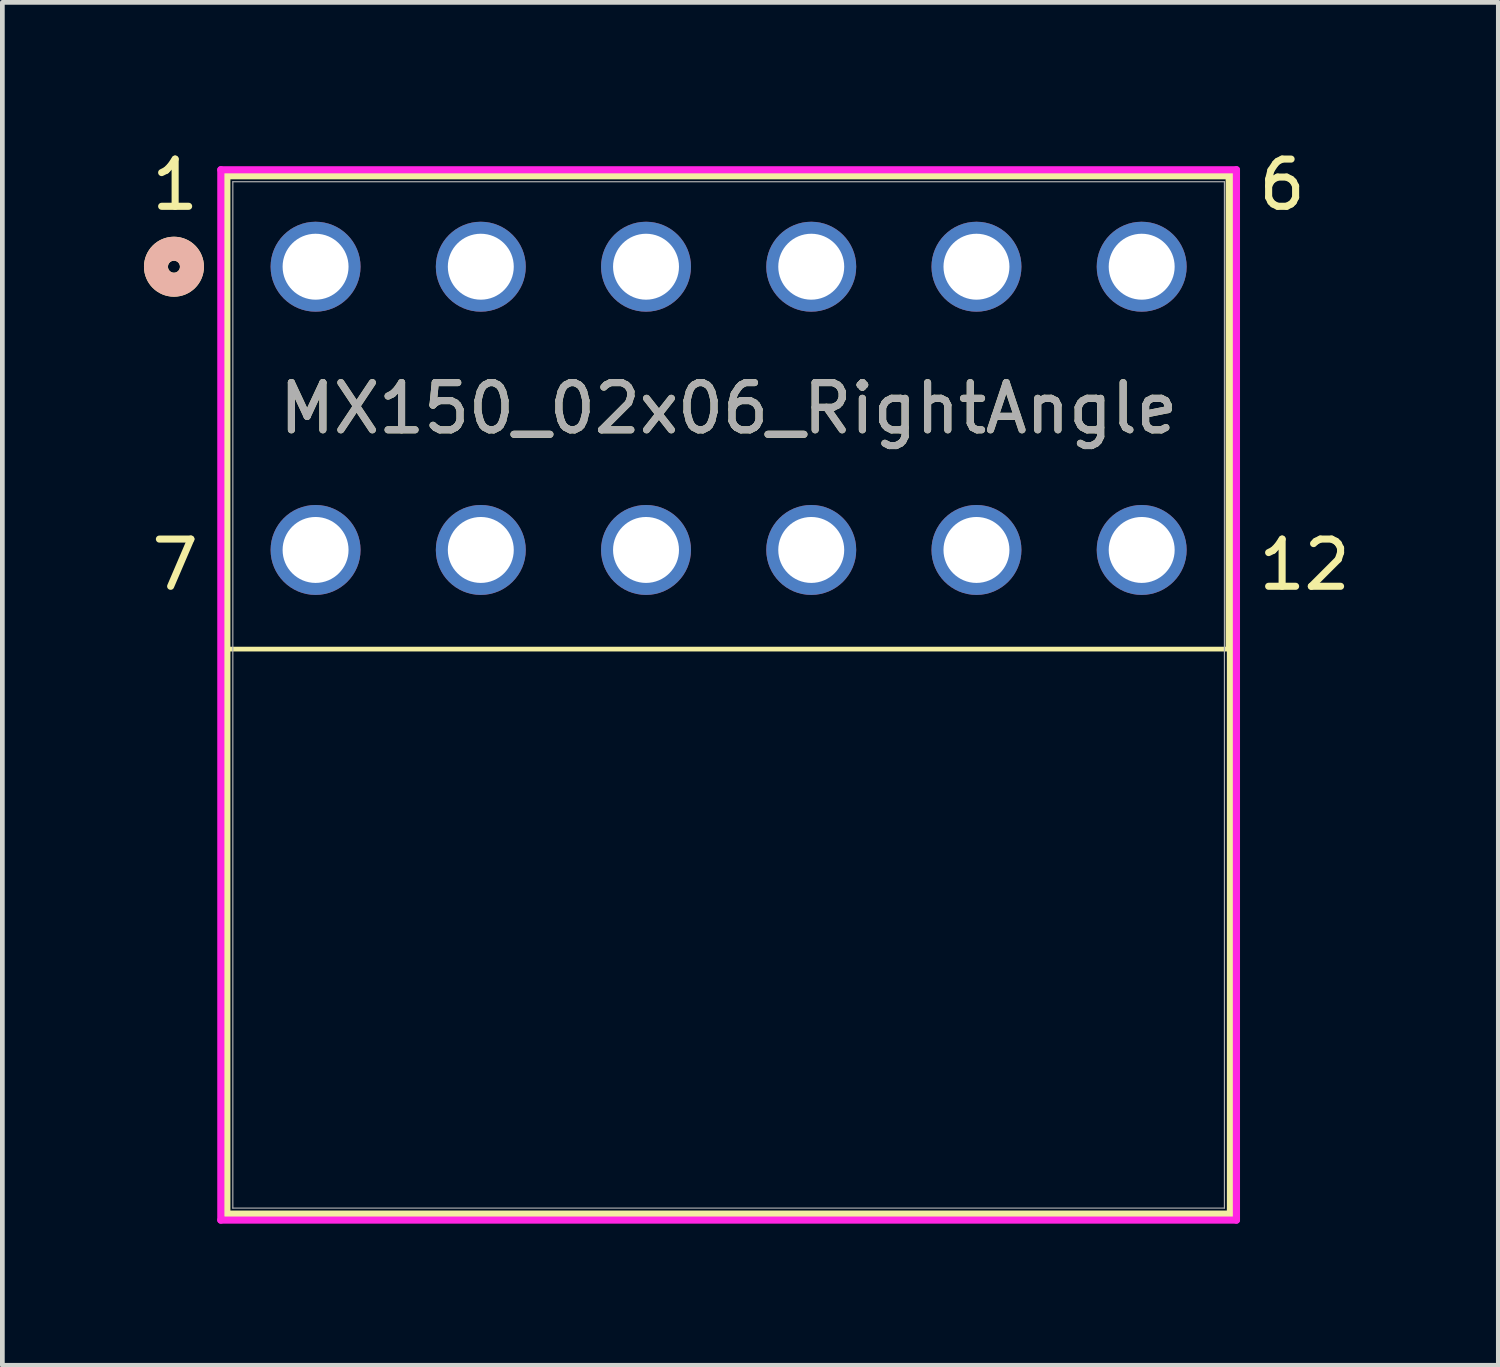
<source format=kicad_pcb>
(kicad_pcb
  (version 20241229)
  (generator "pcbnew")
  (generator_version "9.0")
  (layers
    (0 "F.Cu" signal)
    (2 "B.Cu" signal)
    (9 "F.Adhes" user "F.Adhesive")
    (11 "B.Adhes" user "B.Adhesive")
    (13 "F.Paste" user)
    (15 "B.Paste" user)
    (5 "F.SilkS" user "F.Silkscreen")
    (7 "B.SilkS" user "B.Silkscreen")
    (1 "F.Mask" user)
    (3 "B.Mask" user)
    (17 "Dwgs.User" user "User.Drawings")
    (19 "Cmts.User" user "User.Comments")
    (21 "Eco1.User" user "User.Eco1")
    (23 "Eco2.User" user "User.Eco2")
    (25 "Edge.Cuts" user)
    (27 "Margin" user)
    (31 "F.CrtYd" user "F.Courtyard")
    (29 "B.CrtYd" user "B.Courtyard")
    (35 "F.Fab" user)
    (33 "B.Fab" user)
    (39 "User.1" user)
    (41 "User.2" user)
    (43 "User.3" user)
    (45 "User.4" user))
  (footprint "MX150_02x06_RightAngle"
    (layer "F.Cu")
    (at 3.635 2.6)
    (property "Reference" "MX150_02x06_RightAngle" (at 8.75 3 0) (unlocked yes) (layer "F.SilkS") (effects (font (size 1 1) (thickness 0.15))))
    (attr through_hole)
    (fp_line (start -1.88 -1.927) (end -1.88 20.069) (stroke (width 0.152) (type solid)) (layer "F.SilkS"))
    (fp_line (start -1.88 20.069) (end 19.38 20.069) (stroke (width 0.152) (type solid)) (layer "F.SilkS"))
    (fp_line (start 19.38 -1.927) (end -1.88 -1.927) (stroke (width 0.152) (type solid)) (layer "F.SilkS"))
    (fp_line (start 19.38 20.069) (end 19.38 -1.927) (stroke (width 0.152) (type solid)) (layer "F.SilkS"))
    (fp_rect (start -1.928 -1.927) (end 19.328 8.1) (stroke (width 0.1) (type default)) (fill no) (layer "F.SilkS"))
    (fp_circle (center -3 0) (end -2.619 0) (stroke (width 0.508) (type solid)) (fill no) (layer "F.SilkS"))
    (fp_circle (center -3 0) (end -2.619 0) (stroke (width 0.508) (type solid)) (fill no) (layer "B.SilkS"))
    (fp_line (start -2.007 -2.054) (end -2.007 20.196) (stroke (width 0.152) (type solid)) (layer "F.CrtYd"))
    (fp_line (start -2.007 20.196) (end 19.507 20.196) (stroke (width 0.152) (type solid)) (layer "F.CrtYd"))
    (fp_line (start 19.507 -2.054) (end -2.007 -2.054) (stroke (width 0.152) (type solid)) (layer "F.CrtYd"))
    (fp_line (start 19.507 20.196) (end 19.507 -2.054) (stroke (width 0.152) (type solid)) (layer "F.CrtYd"))
    (fp_line (start -1.753 -1.8) (end -1.753 19.942) (stroke (width 0.025) (type solid)) (layer "F.Fab"))
    (fp_line (start -1.753 19.942) (end 19.253 19.942) (stroke (width 0.025) (type solid)) (layer "F.Fab"))
    (fp_line (start 19.253 -1.8) (end -1.753 -1.8) (stroke (width 0.025) (type solid)) (layer "F.Fab"))
    (fp_line (start 19.253 19.942) (end 19.253 -1.8) (stroke (width 0.025) (type solid)) (layer "F.Fab"))
    (fp_circle (center 0 0) (end 0.381 0) (stroke (width 0.508) (type solid)) (fill no) (layer "F.Fab"))
    (fp_text user "1\n\n\n\n\n7" (at -2.4 6.9 0) (unlocked yes) (layer "F.SilkS") (effects (font (size 1 1) (thickness 0.15)) (justify right bottom)))
    (fp_text user "6\n\n\n\n\n12" (at 19.9 6.9 0) (unlocked yes) (layer "F.SilkS") (effects (font (size 1 1) (thickness 0.15)) (justify left bottom)))
    (fp_text user "${REFERENCE}" (at 8.75 3 0) (unlocked yes) (layer "F.Fab") (effects (font (size 1 1) (thickness 0.15))))
    (pad "1" thru_hole circle (at 0 0) (size 1.905 1.905) (drill 1.397) (layers "*.Cu" "*.Mask"))
    (pad "2" thru_hole circle (at 3.5 0) (size 1.905 1.905) (drill 1.397) (layers "*.Cu" "*.Mask"))
    (pad "3" thru_hole circle (at 7 0) (size 1.905 1.905) (drill 1.397) (layers "*.Cu" "*.Mask"))
    (pad "4" thru_hole circle (at 10.5 0) (size 1.905 1.905) (drill 1.397) (layers "*.Cu" "*.Mask"))
    (pad "5" thru_hole circle (at 14 0) (size 1.905 1.905) (drill 1.397) (layers "*.Cu" "*.Mask"))
    (pad "6" thru_hole circle (at 17.5 0) (size 1.905 1.905) (drill 1.397) (layers "*.Cu" "*.Mask"))
    (pad "7" thru_hole circle (at 0 6) (size 1.905 1.905) (drill 1.397) (layers "*.Cu" "*.Mask"))
    (pad "8" thru_hole circle (at 3.5 6) (size 1.905 1.905) (drill 1.397) (layers "*.Cu" "*.Mask"))
    (pad "9" thru_hole circle (at 7 6) (size 1.905 1.905) (drill 1.397) (layers "*.Cu" "*.Mask"))
    (pad "10" thru_hole circle (at 10.5 6) (size 1.905 1.905) (drill 1.397) (layers "*.Cu" "*.Mask"))
    (pad "11" thru_hole circle (at 14 6) (size 1.905 1.905) (drill 1.397) (layers "*.Cu" "*.Mask"))
    (pad "12" thru_hole circle (at 17.5 6) (size 1.905 1.905) (drill 1.397) (layers "*.Cu" "*.Mask")))
  (gr_rect
    (start -3 -3)
    (end 28.69 25.872)
    (stroke (width 0.1) (type default))
    (fill no)
    (layer "Edge.Cuts")))
</source>
